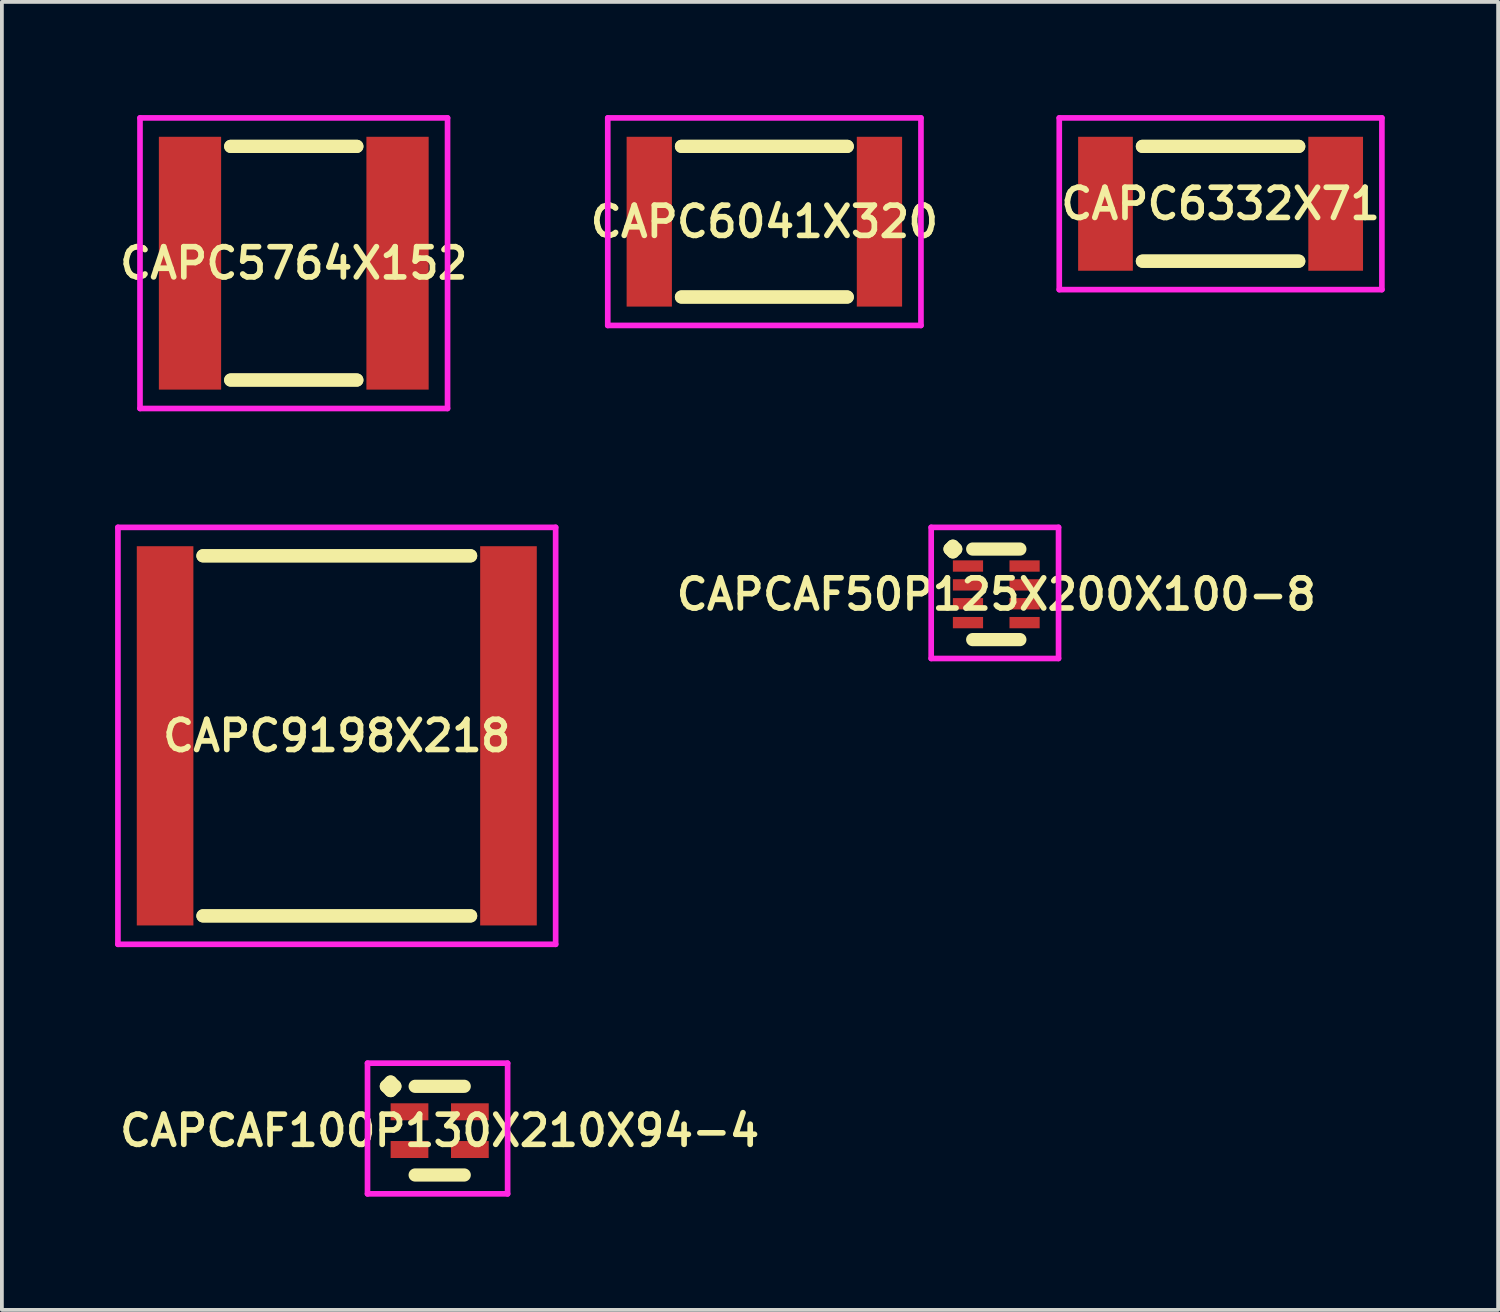
<source format=kicad_pcb>
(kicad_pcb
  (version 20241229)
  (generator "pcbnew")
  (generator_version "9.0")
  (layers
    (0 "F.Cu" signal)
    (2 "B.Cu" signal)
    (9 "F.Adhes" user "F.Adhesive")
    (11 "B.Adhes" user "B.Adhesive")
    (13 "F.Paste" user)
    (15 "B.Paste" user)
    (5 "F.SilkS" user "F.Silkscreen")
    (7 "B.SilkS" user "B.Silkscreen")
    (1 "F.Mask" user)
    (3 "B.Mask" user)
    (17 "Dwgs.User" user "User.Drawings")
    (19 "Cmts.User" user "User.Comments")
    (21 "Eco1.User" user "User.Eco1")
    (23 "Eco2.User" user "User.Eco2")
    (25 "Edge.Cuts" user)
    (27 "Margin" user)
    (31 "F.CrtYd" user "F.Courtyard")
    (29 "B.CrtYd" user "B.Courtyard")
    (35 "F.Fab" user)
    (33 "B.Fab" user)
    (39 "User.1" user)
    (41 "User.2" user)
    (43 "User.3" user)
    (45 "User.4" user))
  (footprint "CAPCAF50P125X200X100-8"
    (layer "F.Cu")
    (at 23.352 12.7)
    (property "Reference" "CAPCAF50P125X200X100-8" (at 0 0 0) (layer "F.SilkS") (effects (font (size 0.8 0.8) (thickness 0.15))))
    (attr smd)
    (fp_line (start -1.225 -1.2) (end -1.15 -1.275) (stroke (width 0.35) (type solid)) (layer "F.SilkS"))
    (fp_line (start -1.15 -1.275) (end -1.075 -1.2) (stroke (width 0.35) (type solid)) (layer "F.SilkS"))
    (fp_line (start -1.15 -1.125) (end -1.225 -1.2) (stroke (width 0.35) (type solid)) (layer "F.SilkS"))
    (fp_line (start -1.075 -1.2) (end -1.15 -1.125) (stroke (width 0.35) (type solid)) (layer "F.SilkS"))
    (fp_line (start -0.625 -1.2) (end 0.625 -1.2) (stroke (width 0.35) (type solid)) (layer "F.SilkS"))
    (fp_line (start -0.625 1.2) (end 0.625 1.2) (stroke (width 0.35) (type solid)) (layer "F.SilkS"))
    (fp_line (start -1.725 -1.775) (end 1.65 -1.775) (stroke (width 0.15) (type solid)) (layer "F.CrtYd"))
    (fp_line (start -1.725 1.7) (end -1.725 -1.775) (stroke (width 0.15) (type solid)) (layer "F.CrtYd"))
    (fp_line (start 1.65 -1.775) (end 1.65 1.7) (stroke (width 0.15) (type solid)) (layer "F.CrtYd"))
    (fp_line (start 1.65 1.7) (end -1.725 1.7) (stroke (width 0.15) (type solid)) (layer "F.CrtYd"))
    (pad "1" smd rect (at -0.75 -0.75) (size 0.8 0.3) (layers "F.Cu" "F.Mask" "F.Paste"))
    (pad "2" smd rect (at -0.75 -0.25) (size 0.8 0.3) (layers "F.Cu" "F.Mask" "F.Paste"))
    (pad "3" smd rect (at -0.75 0.25) (size 0.8 0.3) (layers "F.Cu" "F.Mask" "F.Paste"))
    (pad "4" smd rect (at -0.75 0.75) (size 0.8 0.3) (layers "F.Cu" "F.Mask" "F.Paste"))
    (pad "5" smd rect (at 0.75 0.75) (size 0.8 0.3) (layers "F.Cu" "F.Mask" "F.Paste"))
    (pad "6" smd rect (at 0.75 0.25) (size 0.8 0.3) (layers "F.Cu" "F.Mask" "F.Paste"))
    (pad "7" smd rect (at 0.75 -0.25) (size 0.8 0.3) (layers "F.Cu" "F.Mask" "F.Paste"))
    (pad "8" smd rect (at 0.75 -0.75) (size 0.8 0.3) (layers "F.Cu" "F.Mask" "F.Paste")))
  (footprint "CAPC6332X71"
    (layer "F.Cu")
    (at 29.296 2.35)
    (property "Reference" "CAPC6332X71" (at 0 0 0) (layer "F.SilkS") (effects (font (size 0.8 0.8) (thickness 0.15))))
    (attr smd)
    (fp_line (start -2.071 -1.521) (end 2.071 -1.521) (stroke (width 0.35) (type solid)) (layer "F.SilkS"))
    (fp_line (start -2.071 1.521) (end 2.071 1.521) (stroke (width 0.35) (type solid)) (layer "F.SilkS"))
    (fp_line (start 2.071 -1.521) (end -2.071 -1.521) (stroke (width 0.35) (type solid)) (layer "F.SilkS"))
    (fp_line (start 2.071 1.521) (end -2.071 1.521) (stroke (width 0.35) (type solid)) (layer "F.SilkS"))
    (fp_line (start -4.275 -2.275) (end 4.275 -2.275) (stroke (width 0.15) (type solid)) (layer "F.CrtYd"))
    (fp_line (start -4.275 2.275) (end -4.275 -2.275) (stroke (width 0.15) (type solid)) (layer "F.CrtYd"))
    (fp_line (start 4.275 -2.275) (end 4.275 2.275) (stroke (width 0.15) (type solid)) (layer "F.CrtYd"))
    (fp_line (start 4.275 2.275) (end -4.275 2.275) (stroke (width 0.15) (type solid)) (layer "F.CrtYd"))
    (pad "1" smd rect (at -3.05 0) (size 1.45 3.55) (layers "F.Cu" "F.Mask" "F.Paste"))
    (pad "2" smd rect (at 3.05 0) (size 1.45 3.55) (layers "F.Cu" "F.Mask" "F.Paste")))
  (footprint "CAPC5764X152"
    (layer "F.Cu")
    (at 4.735 3.925)
    (property "Reference" "CAPC5764X152" (at 0 0 0) (layer "F.SilkS") (effects (font (size 0.8 0.8) (thickness 0.15))))
    (attr smd)
    (fp_line (start -1.671 -3.096) (end 1.671 -3.096) (stroke (width 0.35) (type solid)) (layer "F.SilkS"))
    (fp_line (start -1.671 3.096) (end 1.671 3.096) (stroke (width 0.35) (type solid)) (layer "F.SilkS"))
    (fp_line (start 1.671 -3.096) (end -1.671 -3.096) (stroke (width 0.35) (type solid)) (layer "F.SilkS"))
    (fp_line (start 1.671 3.096) (end -1.671 3.096) (stroke (width 0.35) (type solid)) (layer "F.SilkS"))
    (fp_line (start -4.075 -3.85) (end 4.075 -3.85) (stroke (width 0.15) (type solid)) (layer "F.CrtYd"))
    (fp_line (start -4.075 3.85) (end -4.075 -3.85) (stroke (width 0.15) (type solid)) (layer "F.CrtYd"))
    (fp_line (start 4.075 -3.85) (end 4.075 3.85) (stroke (width 0.15) (type solid)) (layer "F.CrtYd"))
    (fp_line (start 4.075 3.85) (end -4.075 3.85) (stroke (width 0.15) (type solid)) (layer "F.CrtYd"))
    (pad "1" smd rect (at -2.75 0) (size 1.65 6.7) (layers "F.Cu" "F.Mask" "F.Paste"))
    (pad "2" smd rect (at 2.75 0) (size 1.65 6.7) (layers "F.Cu" "F.Mask" "F.Paste")))
  (footprint "CAPC9198X218"
    (layer "F.Cu")
    (at 5.875 16.45)
    (property "Reference" "CAPC9198X218" (at 0 0 0) (layer "F.SilkS") (effects (font (size 0.8 0.8) (thickness 0.15))))
    (attr through_hole)
    (fp_line (start -3.546 -4.771) (end 3.546 -4.771) (stroke (width 0.35) (type solid)) (layer "F.SilkS"))
    (fp_line (start -3.546 4.771) (end 3.546 4.771) (stroke (width 0.35) (type solid)) (layer "F.SilkS"))
    (fp_line (start 3.546 -4.771) (end -3.546 -4.771) (stroke (width 0.35) (type solid)) (layer "F.SilkS"))
    (fp_line (start 3.546 4.771) (end -3.546 4.771) (stroke (width 0.35) (type solid)) (layer "F.SilkS"))
    (fp_line (start -5.8 -5.525) (end 5.8 -5.525) (stroke (width 0.15) (type solid)) (layer "F.CrtYd"))
    (fp_line (start -5.8 5.525) (end -5.8 -5.525) (stroke (width 0.15) (type solid)) (layer "F.CrtYd"))
    (fp_line (start 5.8 -5.525) (end 5.8 5.525) (stroke (width 0.15) (type solid)) (layer "F.CrtYd"))
    (fp_line (start 5.8 5.525) (end -5.8 5.525) (stroke (width 0.15) (type solid)) (layer "F.CrtYd"))
    (pad "1" smd rect (at -4.55 0) (size 1.5 10.05) (layers "F.Cu" "F.Mask" "F.Paste"))
    (pad "2" smd rect (at 4.55 0) (size 1.5 10.05) (layers "F.Cu" "F.Mask" "F.Paste")))
  (footprint "CAPCAF100P130X210X94-4"
    (layer "F.Cu")
    (at 8.602 26.913)
    (property "Reference" "CAPCAF100P130X210X94-4" (at 0 0 0) (layer "F.SilkS") (effects (font (size 0.8 0.8) (thickness 0.15))))
    (attr smd)
    (fp_line (start -1.413 -1.175) (end -1.3 -1.288) (stroke (width 0.35) (type solid)) (layer "F.SilkS"))
    (fp_line (start -1.3 -1.288) (end -1.188 -1.175) (stroke (width 0.35) (type solid)) (layer "F.SilkS"))
    (fp_line (start -1.3 -1.062) (end -1.413 -1.175) (stroke (width 0.35) (type solid)) (layer "F.SilkS"))
    (fp_line (start -1.188 -1.175) (end -1.3 -1.062) (stroke (width 0.35) (type solid)) (layer "F.SilkS"))
    (fp_line (start -0.65 -1.175) (end 0.65 -1.175) (stroke (width 0.35) (type solid)) (layer "F.SilkS"))
    (fp_line (start -0.65 1.175) (end 0.65 1.175) (stroke (width 0.35) (type solid)) (layer "F.SilkS"))
    (fp_line (start -1.913 -1.788) (end 1.8 -1.788) (stroke (width 0.15) (type solid)) (layer "F.CrtYd"))
    (fp_line (start -1.913 1.675) (end -1.913 -1.788) (stroke (width 0.15) (type solid)) (layer "F.CrtYd"))
    (fp_line (start 1.8 -1.788) (end 1.8 1.675) (stroke (width 0.15) (type solid)) (layer "F.CrtYd"))
    (fp_line (start 1.8 1.675) (end -1.913 1.675) (stroke (width 0.15) (type solid)) (layer "F.CrtYd"))
    (pad "1" smd rect (at -0.8 -0.5) (size 1 0.45) (layers "F.Cu" "F.Mask" "F.Paste"))
    (pad "2" smd rect (at -0.8 0.5) (size 1 0.45) (layers "F.Cu" "F.Mask" "F.Paste"))
    (pad "3" smd rect (at 0.8 0.5) (size 1 0.45) (layers "F.Cu" "F.Mask" "F.Paste"))
    (pad "4" smd rect (at 0.8 -0.5) (size 1 0.45) (layers "F.Cu" "F.Mask" "F.Paste")))
  (footprint "CAPC6041X320"
    (layer "F.Cu")
    (at 17.206 2.825)
    (property "Reference" "CAPC6041X320" (at 0 0 0) (layer "F.SilkS") (effects (font (size 0.8 0.8) (thickness 0.15))))
    (attr smd)
    (fp_line (start -2.196 -1.996) (end 2.196 -1.996) (stroke (width 0.35) (type solid)) (layer "F.SilkS"))
    (fp_line (start -2.196 1.996) (end 2.196 1.996) (stroke (width 0.35) (type solid)) (layer "F.SilkS"))
    (fp_line (start 2.196 -1.996) (end -2.196 -1.996) (stroke (width 0.35) (type solid)) (layer "F.SilkS"))
    (fp_line (start 2.196 1.996) (end -2.196 1.996) (stroke (width 0.35) (type solid)) (layer "F.SilkS"))
    (fp_line (start -4.15 -2.75) (end 4.15 -2.75) (stroke (width 0.15) (type solid)) (layer "F.CrtYd"))
    (fp_line (start -4.15 2.75) (end -4.15 -2.75) (stroke (width 0.15) (type solid)) (layer "F.CrtYd"))
    (fp_line (start 4.15 -2.75) (end 4.15 2.75) (stroke (width 0.15) (type solid)) (layer "F.CrtYd"))
    (fp_line (start 4.15 2.75) (end -4.15 2.75) (stroke (width 0.15) (type solid)) (layer "F.CrtYd"))
    (pad "1" smd rect (at -3.05 0) (size 1.2 4.5) (layers "F.Cu" "F.Mask" "F.Paste"))
    (pad "2" smd rect (at 3.05 0) (size 1.2 4.5) (layers "F.Cu" "F.Mask" "F.Paste")))
  (gr_rect
    (start -3 -3)
    (end 36.651 31.663)
    (stroke (width 0.1) (type default))
    (fill no)
    (layer "Edge.Cuts")))
</source>
